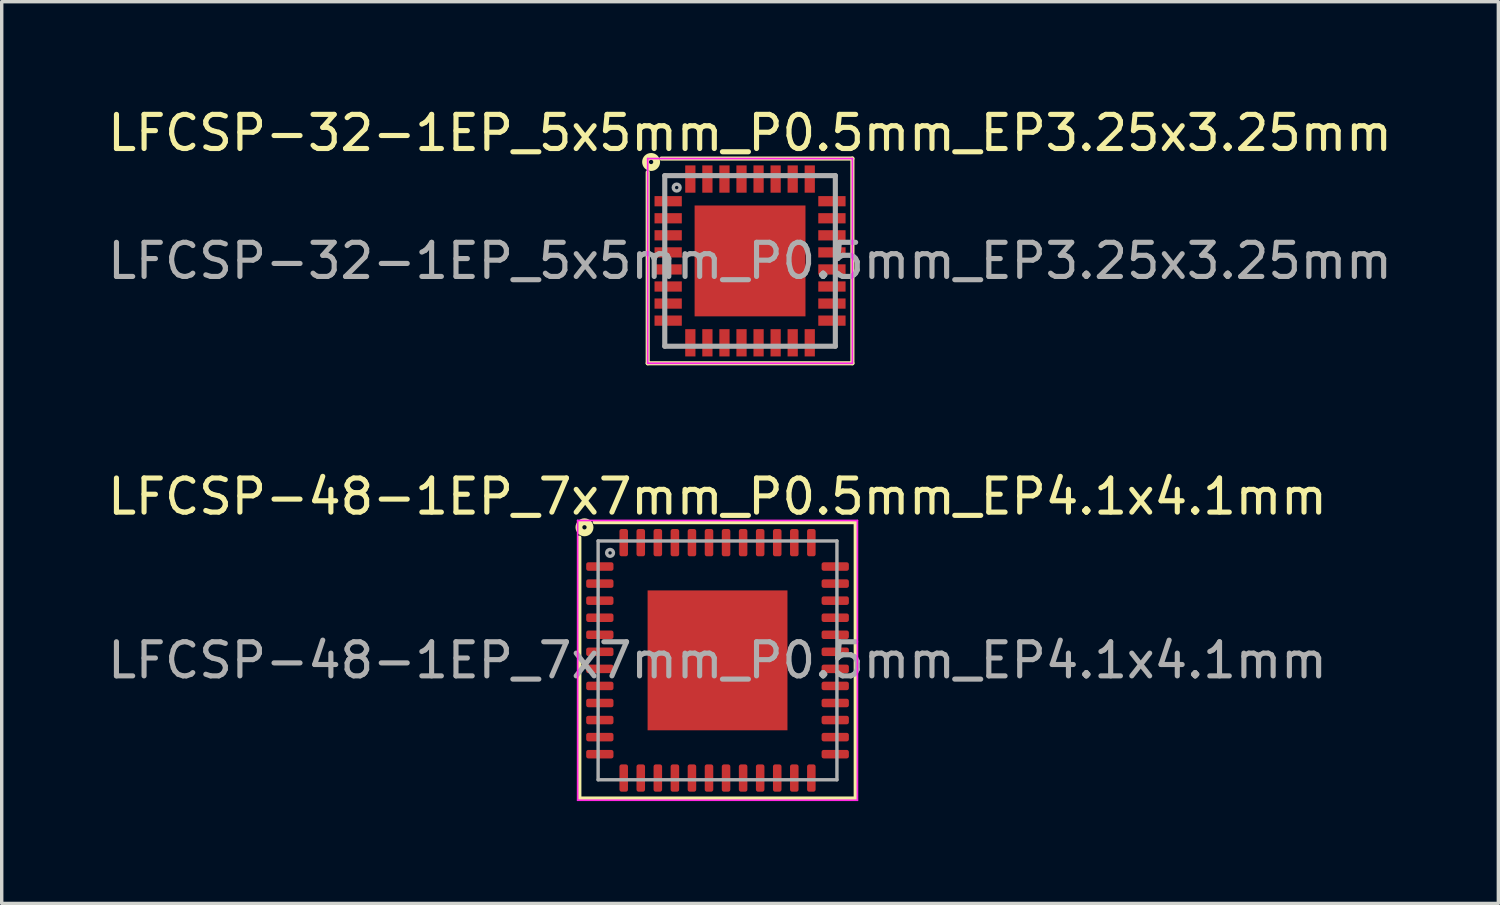
<source format=kicad_pcb>
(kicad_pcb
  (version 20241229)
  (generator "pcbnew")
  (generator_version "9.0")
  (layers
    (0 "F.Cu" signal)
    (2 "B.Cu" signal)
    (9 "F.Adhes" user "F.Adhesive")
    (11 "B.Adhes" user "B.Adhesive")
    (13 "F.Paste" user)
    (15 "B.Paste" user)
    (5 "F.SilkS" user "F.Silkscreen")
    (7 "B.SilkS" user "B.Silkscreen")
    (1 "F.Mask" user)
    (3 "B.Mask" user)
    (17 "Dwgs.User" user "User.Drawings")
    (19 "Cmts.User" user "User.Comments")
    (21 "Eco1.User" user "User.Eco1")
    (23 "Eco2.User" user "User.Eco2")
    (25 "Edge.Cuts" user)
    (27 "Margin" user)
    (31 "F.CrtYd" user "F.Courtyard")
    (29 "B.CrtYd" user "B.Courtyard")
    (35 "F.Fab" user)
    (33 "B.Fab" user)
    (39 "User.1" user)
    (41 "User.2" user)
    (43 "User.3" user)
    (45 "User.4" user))
  (footprint "LFCSP-48-1EP_7x7mm_P0.5mm_EP4.1x4.1mm"
    (layer "F.Cu")
    (at 17.982 16.306)
    (property "Reference" "LFCSP-48-1EP_7x7mm_P0.5mm_EP4.1x4.1mm" (at 0 -4.8 0) (layer "F.SilkS") (effects (font (size 1 1) (thickness 0.15))))
    (attr smd)
    (fp_line (start -4.05 4.05) (end -4.05 -3.6) (stroke (width 0.12) (type solid)) (layer "F.SilkS"))
    (fp_line (start 4.05 -4.05) (end -3.6 -4.05) (stroke (width 0.12) (type solid)) (layer "F.SilkS"))
    (fp_line (start 4.05 -4.05) (end 4.05 4.05) (stroke (width 0.12) (type solid)) (layer "F.SilkS"))
    (fp_line (start 4.05 4.05) (end -4.05 4.05) (stroke (width 0.12) (type solid)) (layer "F.SilkS"))
    (fp_circle (center -3.9 -3.9) (end -3.837 -3.9) (stroke (width 0.2) (type solid)) (fill no) (layer "F.SilkS"))
    (fp_line (start -4.1 -4.1) (end -4.1 4.1) (stroke (width 0.05) (type solid)) (layer "F.CrtYd"))
    (fp_line (start -4.1 4.1) (end 4.1 4.1) (stroke (width 0.05) (type solid)) (layer "F.CrtYd"))
    (fp_line (start 4.1 -4.1) (end -4.1 -4.1) (stroke (width 0.05) (type solid)) (layer "F.CrtYd"))
    (fp_line (start 4.1 4.1) (end 4.1 -4.1) (stroke (width 0.05) (type solid)) (layer "F.CrtYd"))
    (fp_line (start -3.5 -3.5) (end 3.5 -3.5) (stroke (width 0.1) (type solid)) (layer "F.Fab"))
    (fp_line (start -3.5 3.5) (end -3.5 -3.5) (stroke (width 0.1) (type solid)) (layer "F.Fab"))
    (fp_line (start 3.5 -3.5) (end 3.5 3.5) (stroke (width 0.1) (type solid)) (layer "F.Fab"))
    (fp_line (start 3.5 3.5) (end -3.5 3.5) (stroke (width 0.1) (type solid)) (layer "F.Fab"))
    (fp_circle (center -3.15 -3.15) (end -3.05 -3.15) (stroke (width 0.1) (type solid)) (fill no) (layer "F.Fab"))
    (fp_text user "${REFERENCE}" (at 0 0 0) (layer "F.Fab") (effects (font (size 1 1) (thickness 0.15))))
    (pad "" smd roundrect (at -1.37 -1.37) (size 1.1 1.1) (layers "F.Paste") (roundrect_rratio 0.227))
    (pad "" smd roundrect (at -1.37 0) (size 1.1 1.1) (layers "F.Paste") (roundrect_rratio 0.227))
    (pad "" smd roundrect (at -1.37 1.37) (size 1.1 1.1) (layers "F.Paste") (roundrect_rratio 0.227))
    (pad "" smd roundrect (at 0 -1.37) (size 1.1 1.1) (layers "F.Paste") (roundrect_rratio 0.227))
    (pad "" smd roundrect (at 0 0) (size 1.1 1.1) (layers "F.Paste") (roundrect_rratio 0.227))
    (pad "" smd roundrect (at 0 1.37) (size 1.1 1.1) (layers "F.Paste") (roundrect_rratio 0.227))
    (pad "" smd roundrect (at 1.37 -1.37) (size 1.1 1.1) (layers "F.Paste") (roundrect_rratio 0.227))
    (pad "" smd roundrect (at 1.37 0) (size 1.1 1.1) (layers "F.Paste") (roundrect_rratio 0.227))
    (pad "" smd roundrect (at 1.37 1.37) (size 1.1 1.1) (layers "F.Paste") (roundrect_rratio 0.227))
    (pad "1" smd roundrect (at -3.45 -2.75) (size 0.8 0.25) (layers "F.Cu" "F.Mask" "F.Paste") (roundrect_rratio 0.25))
    (pad "2" smd roundrect (at -3.45 -2.25) (size 0.8 0.25) (layers "F.Cu" "F.Mask" "F.Paste") (roundrect_rratio 0.25))
    (pad "3" smd roundrect (at -3.45 -1.75) (size 0.8 0.25) (layers "F.Cu" "F.Mask" "F.Paste") (roundrect_rratio 0.25))
    (pad "4" smd roundrect (at -3.45 -1.25) (size 0.8 0.25) (layers "F.Cu" "F.Mask" "F.Paste") (roundrect_rratio 0.25))
    (pad "5" smd roundrect (at -3.45 -0.75) (size 0.8 0.25) (layers "F.Cu" "F.Mask" "F.Paste") (roundrect_rratio 0.25))
    (pad "6" smd roundrect (at -3.45 -0.25) (size 0.8 0.25) (layers "F.Cu" "F.Mask" "F.Paste") (roundrect_rratio 0.25))
    (pad "7" smd roundrect (at -3.45 0.25) (size 0.8 0.25) (layers "F.Cu" "F.Mask" "F.Paste") (roundrect_rratio 0.25))
    (pad "8" smd roundrect (at -3.45 0.75) (size 0.8 0.25) (layers "F.Cu" "F.Mask" "F.Paste") (roundrect_rratio 0.25))
    (pad "9" smd roundrect (at -3.45 1.25) (size 0.8 0.25) (layers "F.Cu" "F.Mask" "F.Paste") (roundrect_rratio 0.25))
    (pad "10" smd roundrect (at -3.45 1.75) (size 0.8 0.25) (layers "F.Cu" "F.Mask" "F.Paste") (roundrect_rratio 0.25))
    (pad "11" smd roundrect (at -3.45 2.25) (size 0.8 0.25) (layers "F.Cu" "F.Mask" "F.Paste") (roundrect_rratio 0.25))
    (pad "12" smd roundrect (at -3.45 2.75) (size 0.8 0.25) (layers "F.Cu" "F.Mask" "F.Paste") (roundrect_rratio 0.25))
    (pad "13" smd roundrect (at -2.75 3.45) (size 0.25 0.8) (layers "F.Cu" "F.Mask" "F.Paste") (roundrect_rratio 0.25))
    (pad "14" smd roundrect (at -2.25 3.45) (size 0.25 0.8) (layers "F.Cu" "F.Mask" "F.Paste") (roundrect_rratio 0.25))
    (pad "15" smd roundrect (at -1.75 3.45) (size 0.25 0.8) (layers "F.Cu" "F.Mask" "F.Paste") (roundrect_rratio 0.25))
    (pad "16" smd roundrect (at -1.25 3.45) (size 0.25 0.8) (layers "F.Cu" "F.Mask" "F.Paste") (roundrect_rratio 0.25))
    (pad "17" smd roundrect (at -0.75 3.45) (size 0.25 0.8) (layers "F.Cu" "F.Mask" "F.Paste") (roundrect_rratio 0.25))
    (pad "18" smd roundrect (at -0.25 3.45) (size 0.25 0.8) (layers "F.Cu" "F.Mask" "F.Paste") (roundrect_rratio 0.25))
    (pad "19" smd roundrect (at 0.25 3.45) (size 0.25 0.8) (layers "F.Cu" "F.Mask" "F.Paste") (roundrect_rratio 0.25))
    (pad "20" smd roundrect (at 0.75 3.45) (size 0.25 0.8) (layers "F.Cu" "F.Mask" "F.Paste") (roundrect_rratio 0.25))
    (pad "21" smd roundrect (at 1.25 3.45) (size 0.25 0.8) (layers "F.Cu" "F.Mask" "F.Paste") (roundrect_rratio 0.25))
    (pad "22" smd roundrect (at 1.75 3.45) (size 0.25 0.8) (layers "F.Cu" "F.Mask" "F.Paste") (roundrect_rratio 0.25))
    (pad "23" smd roundrect (at 2.25 3.45) (size 0.25 0.8) (layers "F.Cu" "F.Mask" "F.Paste") (roundrect_rratio 0.25))
    (pad "24" smd roundrect (at 2.75 3.45) (size 0.25 0.8) (layers "F.Cu" "F.Mask" "F.Paste") (roundrect_rratio 0.25))
    (pad "25" smd roundrect (at 3.45 2.75) (size 0.8 0.25) (layers "F.Cu" "F.Mask" "F.Paste") (roundrect_rratio 0.25))
    (pad "26" smd roundrect (at 3.45 2.25) (size 0.8 0.25) (layers "F.Cu" "F.Mask" "F.Paste") (roundrect_rratio 0.25))
    (pad "27" smd roundrect (at 3.45 1.75) (size 0.8 0.25) (layers "F.Cu" "F.Mask" "F.Paste") (roundrect_rratio 0.25))
    (pad "28" smd roundrect (at 3.45 1.25) (size 0.8 0.25) (layers "F.Cu" "F.Mask" "F.Paste") (roundrect_rratio 0.25))
    (pad "29" smd roundrect (at 3.45 0.75) (size 0.8 0.25) (layers "F.Cu" "F.Mask" "F.Paste") (roundrect_rratio 0.25))
    (pad "30" smd roundrect (at 3.45 0.25) (size 0.8 0.25) (layers "F.Cu" "F.Mask" "F.Paste") (roundrect_rratio 0.25))
    (pad "31" smd roundrect (at 3.45 -0.25) (size 0.8 0.25) (layers "F.Cu" "F.Mask" "F.Paste") (roundrect_rratio 0.25))
    (pad "32" smd roundrect (at 3.45 -0.75) (size 0.8 0.25) (layers "F.Cu" "F.Mask" "F.Paste") (roundrect_rratio 0.25))
    (pad "33" smd roundrect (at 3.45 -1.25) (size 0.8 0.25) (layers "F.Cu" "F.Mask" "F.Paste") (roundrect_rratio 0.25))
    (pad "34" smd roundrect (at 3.45 -1.75) (size 0.8 0.25) (layers "F.Cu" "F.Mask" "F.Paste") (roundrect_rratio 0.25))
    (pad "35" smd roundrect (at 3.45 -2.25) (size 0.8 0.25) (layers "F.Cu" "F.Mask" "F.Paste") (roundrect_rratio 0.25))
    (pad "36" smd roundrect (at 3.45 -2.75) (size 0.8 0.25) (layers "F.Cu" "F.Mask" "F.Paste") (roundrect_rratio 0.25))
    (pad "37" smd roundrect (at 2.75 -3.45) (size 0.25 0.8) (layers "F.Cu" "F.Mask" "F.Paste") (roundrect_rratio 0.25))
    (pad "38" smd roundrect (at 2.25 -3.45) (size 0.25 0.8) (layers "F.Cu" "F.Mask" "F.Paste") (roundrect_rratio 0.25))
    (pad "39" smd roundrect (at 1.75 -3.45) (size 0.25 0.8) (layers "F.Cu" "F.Mask" "F.Paste") (roundrect_rratio 0.25))
    (pad "40" smd roundrect (at 1.25 -3.45) (size 0.25 0.8) (layers "F.Cu" "F.Mask" "F.Paste") (roundrect_rratio 0.25))
    (pad "41" smd roundrect (at 0.75 -3.45) (size 0.25 0.8) (layers "F.Cu" "F.Mask" "F.Paste") (roundrect_rratio 0.25))
    (pad "42" smd roundrect (at 0.25 -3.45) (size 0.25 0.8) (layers "F.Cu" "F.Mask" "F.Paste") (roundrect_rratio 0.25))
    (pad "43" smd roundrect (at -0.25 -3.45) (size 0.25 0.8) (layers "F.Cu" "F.Mask" "F.Paste") (roundrect_rratio 0.25))
    (pad "44" smd roundrect (at -0.75 -3.45) (size 0.25 0.8) (layers "F.Cu" "F.Mask" "F.Paste") (roundrect_rratio 0.25))
    (pad "45" smd roundrect (at -1.25 -3.45) (size 0.25 0.8) (layers "F.Cu" "F.Mask" "F.Paste") (roundrect_rratio 0.25))
    (pad "46" smd roundrect (at -1.75 -3.45) (size 0.25 0.8) (layers "F.Cu" "F.Mask" "F.Paste") (roundrect_rratio 0.25))
    (pad "47" smd roundrect (at -2.25 -3.45) (size 0.25 0.8) (layers "F.Cu" "F.Mask" "F.Paste") (roundrect_rratio 0.25))
    (pad "48" smd roundrect (at -2.75 -3.45) (size 0.25 0.8) (layers "F.Cu" "F.Mask" "F.Paste") (roundrect_rratio 0.25))
    (pad "49" smd rect (at 0 0) (size 4.1 4.1) (layers "F.Cu" "F.Mask")))
  (footprint "LFCSP-32-1EP_5x5mm_P0.5mm_EP3.25x3.25mm"
    (layer "F.Cu")
    (at 18.935 4.598)
    (property "Reference" "LFCSP-32-1EP_5x5mm_P0.5mm_EP3.25x3.25mm" (at 0 -3.75 0) (layer "F.SilkS") (effects (font (size 1 1) (thickness 0.15))))
    (attr smd)
    (fp_line (start -3 3) (end -3 -2.6) (stroke (width 0.12) (type solid)) (layer "F.SilkS"))
    (fp_line (start 3 -3) (end -2.6 -3) (stroke (width 0.12) (type solid)) (layer "F.SilkS"))
    (fp_line (start 3 -3) (end 3 3) (stroke (width 0.12) (type solid)) (layer "F.SilkS"))
    (fp_line (start 3 3) (end -3 3) (stroke (width 0.12) (type solid)) (layer "F.SilkS"))
    (fp_circle (center -2.9 -2.9) (end -2.837 -2.9) (stroke (width 0.2) (type solid)) (fill no) (layer "F.SilkS"))
    (fp_line (start -3 -3) (end -3 3) (stroke (width 0.05) (type solid)) (layer "F.CrtYd"))
    (fp_line (start -3 -3) (end 3 -3) (stroke (width 0.05) (type solid)) (layer "F.CrtYd"))
    (fp_line (start -3 3) (end 3 3) (stroke (width 0.05) (type solid)) (layer "F.CrtYd"))
    (fp_line (start 3 -3) (end 3 3) (stroke (width 0.05) (type solid)) (layer "F.CrtYd"))
    (fp_line (start -2.5 -2.5) (end 2.5 -2.5) (stroke (width 0.15) (type solid)) (layer "F.Fab"))
    (fp_line (start -2.5 2.5) (end -2.5 -2.5) (stroke (width 0.15) (type solid)) (layer "F.Fab"))
    (fp_line (start 2.5 -2.5) (end 2.5 2.5) (stroke (width 0.15) (type solid)) (layer "F.Fab"))
    (fp_line (start 2.5 2.5) (end -2.5 2.5) (stroke (width 0.15) (type solid)) (layer "F.Fab"))
    (fp_circle (center -2.15 -2.15) (end -2.05 -2.15) (stroke (width 0.1) (type solid)) (fill no) (layer "F.Fab"))
    (fp_text user "${REFERENCE}" (at 0 0 0) (layer "F.Fab") (effects (font (size 1 1) (thickness 0.15))))
    (pad "" smd rect (at -0.8 -0.8) (size 1.3 1.3) (layers "F.Paste"))
    (pad "" smd rect (at -0.8 0.8) (size 1.3 1.3) (layers "F.Paste"))
    (pad "" smd rect (at 0.8 -0.8) (size 1.3 1.3) (layers "F.Paste"))
    (pad "" smd rect (at 0.8 0.8) (size 1.3 1.3) (layers "F.Paste"))
    (pad "1" smd rect (at -2.4 -1.75) (size 0.8 0.3) (layers "F.Cu" "F.Mask" "F.Paste"))
    (pad "2" smd rect (at -2.4 -1.25) (size 0.8 0.3) (layers "F.Cu" "F.Mask" "F.Paste"))
    (pad "3" smd rect (at -2.4 -0.75) (size 0.8 0.3) (layers "F.Cu" "F.Mask" "F.Paste"))
    (pad "4" smd rect (at -2.4 -0.25) (size 0.8 0.3) (layers "F.Cu" "F.Mask" "F.Paste"))
    (pad "5" smd rect (at -2.4 0.25) (size 0.8 0.3) (layers "F.Cu" "F.Mask" "F.Paste"))
    (pad "6" smd rect (at -2.4 0.75) (size 0.8 0.3) (layers "F.Cu" "F.Mask" "F.Paste"))
    (pad "7" smd rect (at -2.4 1.25) (size 0.8 0.3) (layers "F.Cu" "F.Mask" "F.Paste"))
    (pad "8" smd rect (at -2.4 1.75) (size 0.8 0.3) (layers "F.Cu" "F.Mask" "F.Paste"))
    (pad "9" smd rect (at -1.75 2.4 90) (size 0.8 0.3) (layers "F.Cu" "F.Mask" "F.Paste"))
    (pad "10" smd rect (at -1.25 2.4 90) (size 0.8 0.3) (layers "F.Cu" "F.Mask" "F.Paste"))
    (pad "11" smd rect (at -0.75 2.4 90) (size 0.8 0.3) (layers "F.Cu" "F.Mask" "F.Paste"))
    (pad "12" smd rect (at -0.25 2.4 90) (size 0.8 0.3) (layers "F.Cu" "F.Mask" "F.Paste"))
    (pad "13" smd rect (at 0.25 2.4 90) (size 0.8 0.3) (layers "F.Cu" "F.Mask" "F.Paste"))
    (pad "14" smd rect (at 0.75 2.4 90) (size 0.8 0.3) (layers "F.Cu" "F.Mask" "F.Paste"))
    (pad "15" smd rect (at 1.25 2.4 90) (size 0.8 0.3) (layers "F.Cu" "F.Mask" "F.Paste"))
    (pad "16" smd rect (at 1.75 2.4 90) (size 0.8 0.3) (layers "F.Cu" "F.Mask" "F.Paste"))
    (pad "17" smd rect (at 2.4 1.75) (size 0.8 0.3) (layers "F.Cu" "F.Mask" "F.Paste"))
    (pad "18" smd rect (at 2.4 1.25) (size 0.8 0.3) (layers "F.Cu" "F.Mask" "F.Paste"))
    (pad "19" smd rect (at 2.4 0.75) (size 0.8 0.3) (layers "F.Cu" "F.Mask" "F.Paste"))
    (pad "20" smd rect (at 2.4 0.25) (size 0.8 0.3) (layers "F.Cu" "F.Mask" "F.Paste"))
    (pad "21" smd rect (at 2.4 -0.25) (size 0.8 0.3) (layers "F.Cu" "F.Mask" "F.Paste"))
    (pad "22" smd rect (at 2.4 -0.75) (size 0.8 0.3) (layers "F.Cu" "F.Mask" "F.Paste"))
    (pad "23" smd rect (at 2.4 -1.25) (size 0.8 0.3) (layers "F.Cu" "F.Mask" "F.Paste"))
    (pad "24" smd rect (at 2.4 -1.75) (size 0.8 0.3) (layers "F.Cu" "F.Mask" "F.Paste"))
    (pad "25" smd rect (at 1.75 -2.4 90) (size 0.8 0.3) (layers "F.Cu" "F.Mask" "F.Paste"))
    (pad "26" smd rect (at 1.25 -2.4 90) (size 0.8 0.3) (layers "F.Cu" "F.Mask" "F.Paste"))
    (pad "27" smd rect (at 0.75 -2.4 90) (size 0.8 0.3) (layers "F.Cu" "F.Mask" "F.Paste"))
    (pad "28" smd rect (at 0.25 -2.4 90) (size 0.8 0.3) (layers "F.Cu" "F.Mask" "F.Paste"))
    (pad "29" smd rect (at -0.25 -2.4 90) (size 0.8 0.3) (layers "F.Cu" "F.Mask" "F.Paste"))
    (pad "30" smd rect (at -0.75 -2.4 90) (size 0.8 0.3) (layers "F.Cu" "F.Mask" "F.Paste"))
    (pad "31" smd rect (at -1.25 -2.4 90) (size 0.8 0.3) (layers "F.Cu" "F.Mask" "F.Paste"))
    (pad "32" smd rect (at -1.75 -2.4 90) (size 0.8 0.3) (layers "F.Cu" "F.Mask" "F.Paste"))
    (pad "33" smd rect (at 0 0) (size 3.25 3.25) (layers "F.Cu" "F.Mask")))
  (gr_rect
    (start -3 -3)
    (end 40.869 23.431)
    (stroke (width 0.1) (type default))
    (fill no)
    (layer "Edge.Cuts")))
</source>
